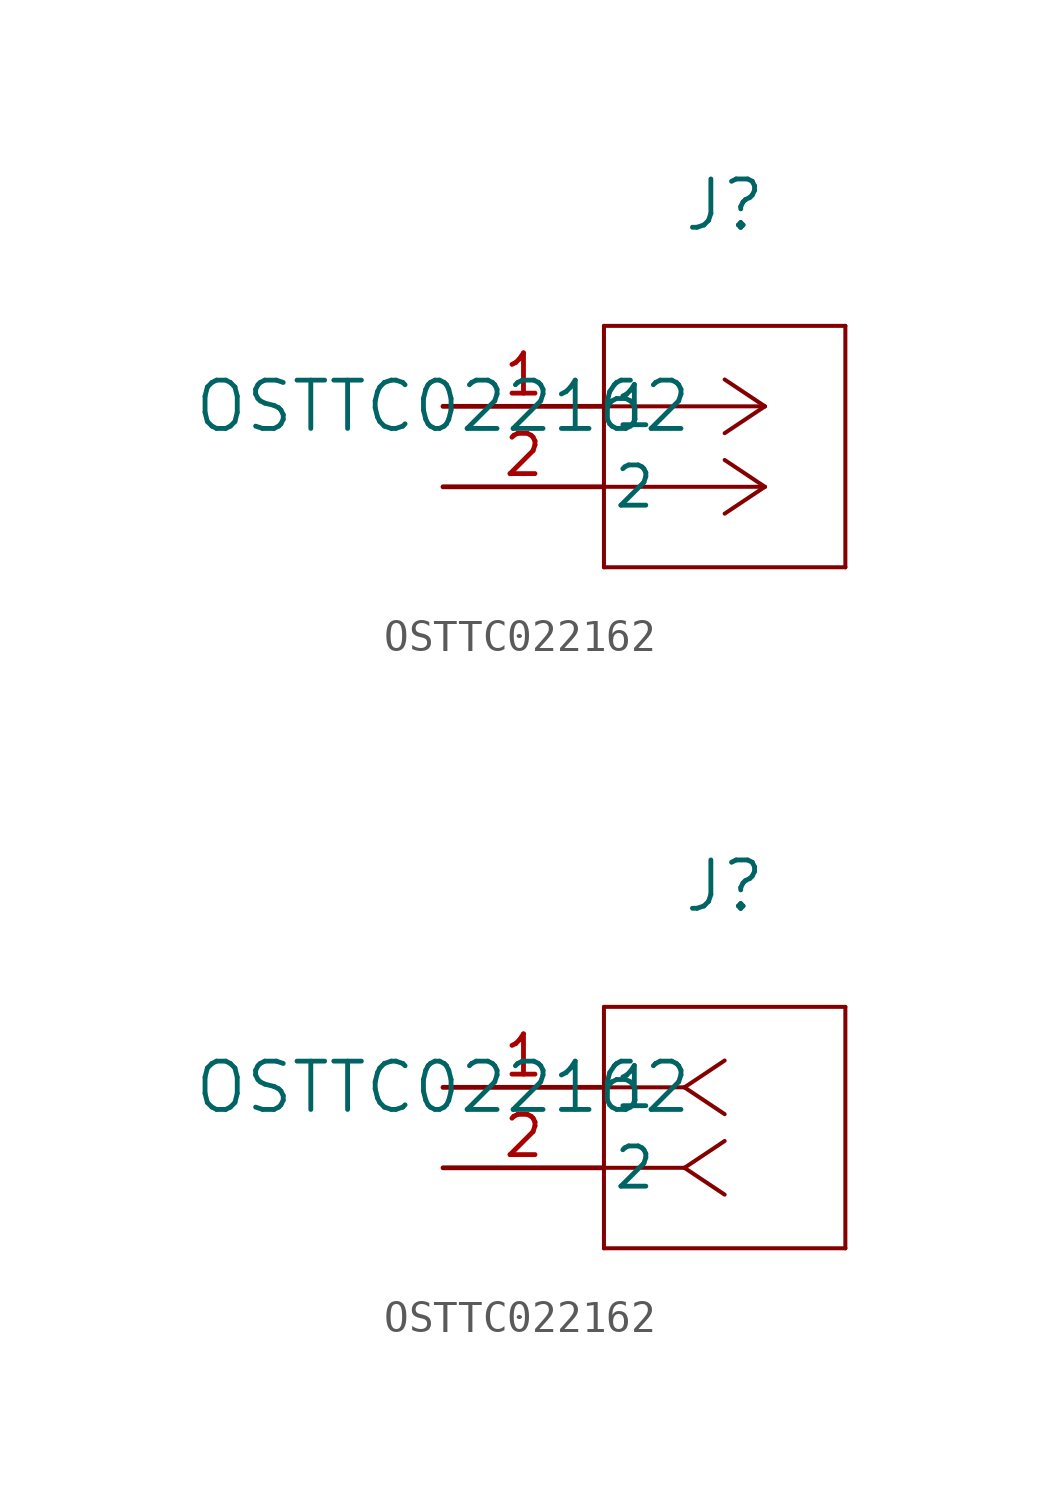
<source format=kicad_sym>
(kicad_symbol_lib
  (version 20211014)
  (generator kicad_symbol_editor)
  (symbol "OSTTC022162"
    (pin_names
      (offset 0.254))
    (property "Reference" "J"
      (at 8.89 6.35 0)
      (effects (font (size 1.524 1.524))))
    (property "Value" "OSTTC022162"
      (at 0 0 0)
      (effects (font (size 1.524 1.524))))
    (symbol "OSTTC022162_1_1"
      (polyline (pts (xy 10.16 0) (xy 5.08 0)) (stroke (width 0.127) (type default) (color 0 0 0 0)) (fill (type none)))
      (polyline (pts (xy 10.16 -2.54) (xy 5.08 -2.54)) (stroke (width 0.127) (type default) (color 0 0 0 0)) (fill (type none)))
      (polyline (pts (xy 10.16 0) (xy 8.89 0.847)) (stroke (width 0.127) (type default) (color 0 0 0 0)) (fill (type none)))
      (polyline (pts (xy 10.16 -2.54) (xy 8.89 -1.693)) (stroke (width 0.127) (type default) (color 0 0 0 0)) (fill (type none)))
      (polyline (pts (xy 10.16 0) (xy 8.89 -0.847)) (stroke (width 0.127) (type default) (color 0 0 0 0)) (fill (type none)))
      (polyline (pts (xy 10.16 -2.54) (xy 8.89 -3.387)) (stroke (width 0.127) (type default) (color 0 0 0 0)) (fill (type none)))
      (polyline (pts (xy 5.08 2.54) (xy 5.08 -5.08)) (stroke (width 0.127) (type default) (color 0 0 0 0)) (fill (type none)))
      (polyline (pts (xy 5.08 -5.08) (xy 12.7 -5.08)) (stroke (width 0.127) (type default) (color 0 0 0 0)) (fill (type none)))
      (polyline (pts (xy 12.7 -5.08) (xy 12.7 2.54)) (stroke (width 0.127) (type default) (color 0 0 0 0)) (fill (type none)))
      (polyline (pts (xy 12.7 2.54) (xy 5.08 2.54)) (stroke (width 0.127) (type default) (color 0 0 0 0)) (fill (type none)))
      (pin unspecified line (at 0 0 0) (length 5.08) (name "1" (effects (font (size 1.27 1.27)))) (number "1" (effects (font (size 1.27 1.27)))))
      (pin unspecified line (at 0 -2.54 0) (length 5.08) (name "2" (effects (font (size 1.27 1.27)))) (number "2" (effects (font (size 1.27 1.27))))))
    (symbol "OSTTC022162_1_2"
      (polyline (pts (xy 7.62 0) (xy 5.08 0)) (stroke (width 0.127) (type default) (color 0 0 0 0)) (fill (type none)))
      (polyline (pts (xy 7.62 -2.54) (xy 5.08 -2.54)) (stroke (width 0.127) (type default) (color 0 0 0 0)) (fill (type none)))
      (polyline (pts (xy 7.62 0) (xy 8.89 0.847)) (stroke (width 0.127) (type default) (color 0 0 0 0)) (fill (type none)))
      (polyline (pts (xy 7.62 -2.54) (xy 8.89 -1.693)) (stroke (width 0.127) (type default) (color 0 0 0 0)) (fill (type none)))
      (polyline (pts (xy 7.62 0) (xy 8.89 -0.847)) (stroke (width 0.127) (type default) (color 0 0 0 0)) (fill (type none)))
      (polyline (pts (xy 7.62 -2.54) (xy 8.89 -3.387)) (stroke (width 0.127) (type default) (color 0 0 0 0)) (fill (type none)))
      (polyline (pts (xy 5.08 2.54) (xy 5.08 -5.08)) (stroke (width 0.127) (type default) (color 0 0 0 0)) (fill (type none)))
      (polyline (pts (xy 5.08 -5.08) (xy 12.7 -5.08)) (stroke (width 0.127) (type default) (color 0 0 0 0)) (fill (type none)))
      (polyline (pts (xy 12.7 -5.08) (xy 12.7 2.54)) (stroke (width 0.127) (type default) (color 0 0 0 0)) (fill (type none)))
      (polyline (pts (xy 12.7 2.54) (xy 5.08 2.54)) (stroke (width 0.127) (type default) (color 0 0 0 0)) (fill (type none)))
      (pin unspecified line (at 0 0 0) (length 5.08) (name "1" (effects (font (size 1.27 1.27)))) (number "1" (effects (font (size 1.27 1.27)))))
      (pin unspecified line (at 0 -2.54 0) (length 5.08) (name "2" (effects (font (size 1.27 1.27)))) (number "2" (effects (font (size 1.27 1.27))))))))
</source>
